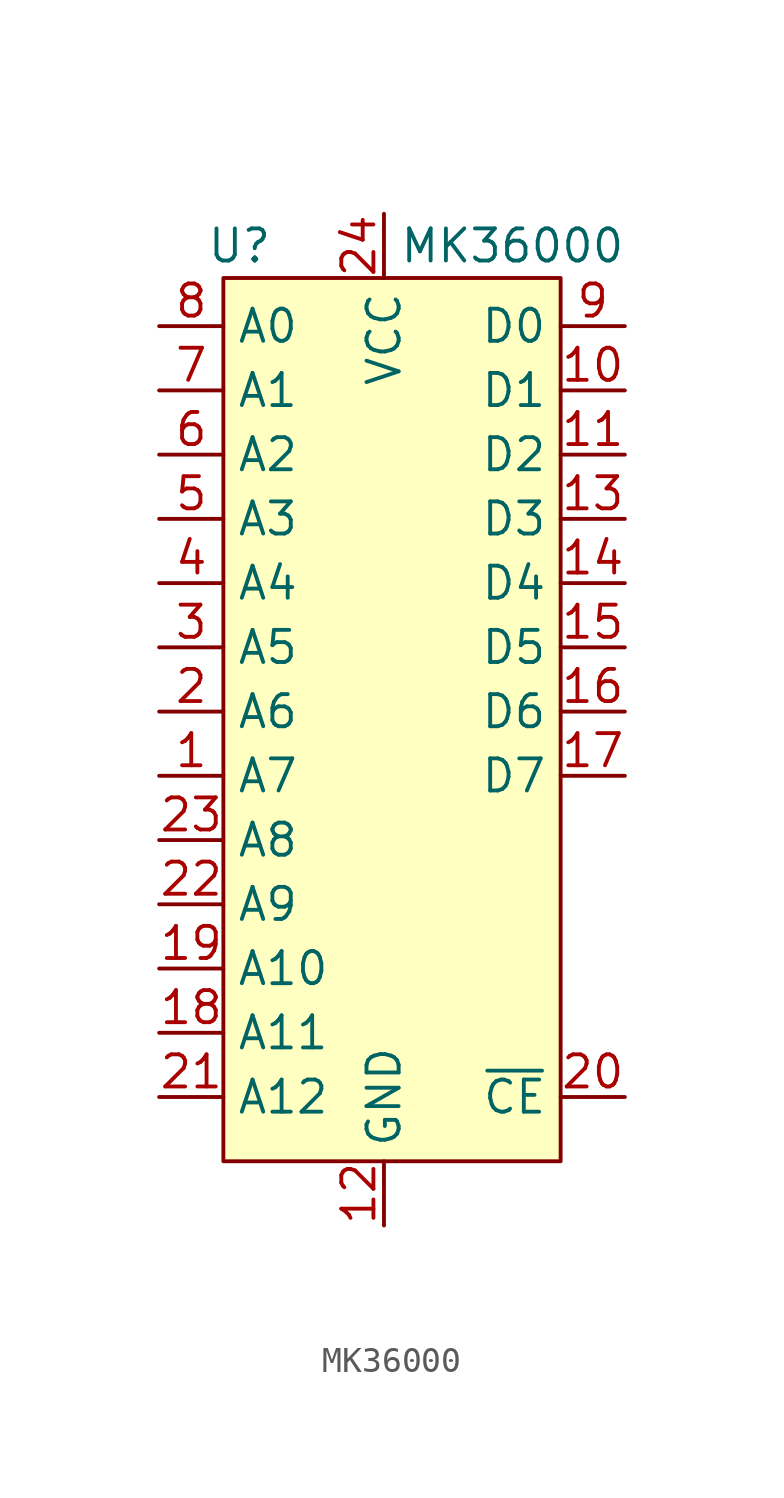
<source format=kicad_sym>
(kicad_symbol_lib
  (version 20211014)
  (generator kicad_symbol_editor)
  (symbol "MK36000"
    (property "Reference" "U"
      (at -5.715 18.415 0)
      (effects (font (size 1.27 1.27))))
    (property "Value" "MK36000"
      (at 5.08 18.415 0)
      (effects (font (size 1.27 1.27))))
    (symbol "MK36000_0_1"
      (rectangle (start -6.35 17.145) (end 6.985 -17.78) (stroke (width 0) (type default) (color 0 0 0 0)) (fill (type background))))
    (symbol "MK36000_1_1"
      (pin input line (at -8.89 -2.54 0) (length 2.54) (name "A7" (effects (font (size 1.27 1.27)))) (number "1" (effects (font (size 1.27 1.27)))))
      (pin output line (at 9.525 12.7 180) (length 2.54) (name "D1" (effects (font (size 1.27 1.27)))) (number "10" (effects (font (size 1.27 1.27)))))
      (pin output line (at 9.525 10.16 180) (length 2.54) (name "D2" (effects (font (size 1.27 1.27)))) (number "11" (effects (font (size 1.27 1.27)))))
      (pin power_in line (at 0 -20.32 90) (length 2.54) (name "GND" (effects (font (size 1.27 1.27)))) (number "12" (effects (font (size 1.27 1.27)))))
      (pin output line (at 9.525 7.62 180) (length 2.54) (name "D3" (effects (font (size 1.27 1.27)))) (number "13" (effects (font (size 1.27 1.27)))))
      (pin output line (at 9.525 5.08 180) (length 2.54) (name "D4" (effects (font (size 1.27 1.27)))) (number "14" (effects (font (size 1.27 1.27)))))
      (pin output line (at 9.525 2.54 180) (length 2.54) (name "D5" (effects (font (size 1.27 1.27)))) (number "15" (effects (font (size 1.27 1.27)))))
      (pin output line (at 9.525 0 180) (length 2.54) (name "D6" (effects (font (size 1.27 1.27)))) (number "16" (effects (font (size 1.27 1.27)))))
      (pin output line (at 9.525 -2.54 180) (length 2.54) (name "D7" (effects (font (size 1.27 1.27)))) (number "17" (effects (font (size 1.27 1.27)))))
      (pin input line (at -8.89 -12.7 0) (length 2.54) (name "A11" (effects (font (size 1.27 1.27)))) (number "18" (effects (font (size 1.27 1.27)))))
      (pin input line (at -8.89 -10.16 0) (length 2.54) (name "A10" (effects (font (size 1.27 1.27)))) (number "19" (effects (font (size 1.27 1.27)))))
      (pin input line (at -8.89 0 0) (length 2.54) (name "A6" (effects (font (size 1.27 1.27)))) (number "2" (effects (font (size 1.27 1.27)))))
      (pin input line (at 9.525 -15.24 180) (length 2.54) (name "~{CE}" (effects (font (size 1.27 1.27)))) (number "20" (effects (font (size 1.27 1.27)))))
      (pin input line (at -8.89 -15.24 0) (length 2.54) (name "A12" (effects (font (size 1.27 1.27)))) (number "21" (effects (font (size 1.27 1.27)))))
      (pin input line (at -8.89 -7.62 0) (length 2.54) (name "A9" (effects (font (size 1.27 1.27)))) (number "22" (effects (font (size 1.27 1.27)))))
      (pin input line (at -8.89 -5.08 0) (length 2.54) (name "A8" (effects (font (size 1.27 1.27)))) (number "23" (effects (font (size 1.27 1.27)))))
      (pin power_in line (at 0 19.685 270) (length 2.54) (name "VCC" (effects (font (size 1.27 1.27)))) (number "24" (effects (font (size 1.27 1.27)))))
      (pin input line (at -8.89 2.54 0) (length 2.54) (name "A5" (effects (font (size 1.27 1.27)))) (number "3" (effects (font (size 1.27 1.27)))))
      (pin input line (at -8.89 5.08 0) (length 2.54) (name "A4" (effects (font (size 1.27 1.27)))) (number "4" (effects (font (size 1.27 1.27)))))
      (pin input line (at -8.89 7.62 0) (length 2.54) (name "A3" (effects (font (size 1.27 1.27)))) (number "5" (effects (font (size 1.27 1.27)))))
      (pin input line (at -8.89 10.16 0) (length 2.54) (name "A2" (effects (font (size 1.27 1.27)))) (number "6" (effects (font (size 1.27 1.27)))))
      (pin input line (at -8.89 12.7 0) (length 2.54) (name "A1" (effects (font (size 1.27 1.27)))) (number "7" (effects (font (size 1.27 1.27)))))
      (pin input line (at -8.89 15.24 0) (length 2.54) (name "A0" (effects (font (size 1.27 1.27)))) (number "8" (effects (font (size 1.27 1.27)))))
      (pin output line (at 9.525 15.24 180) (length 2.54) (name "D0" (effects (font (size 1.27 1.27)))) (number "9" (effects (font (size 1.27 1.27))))))))
</source>
